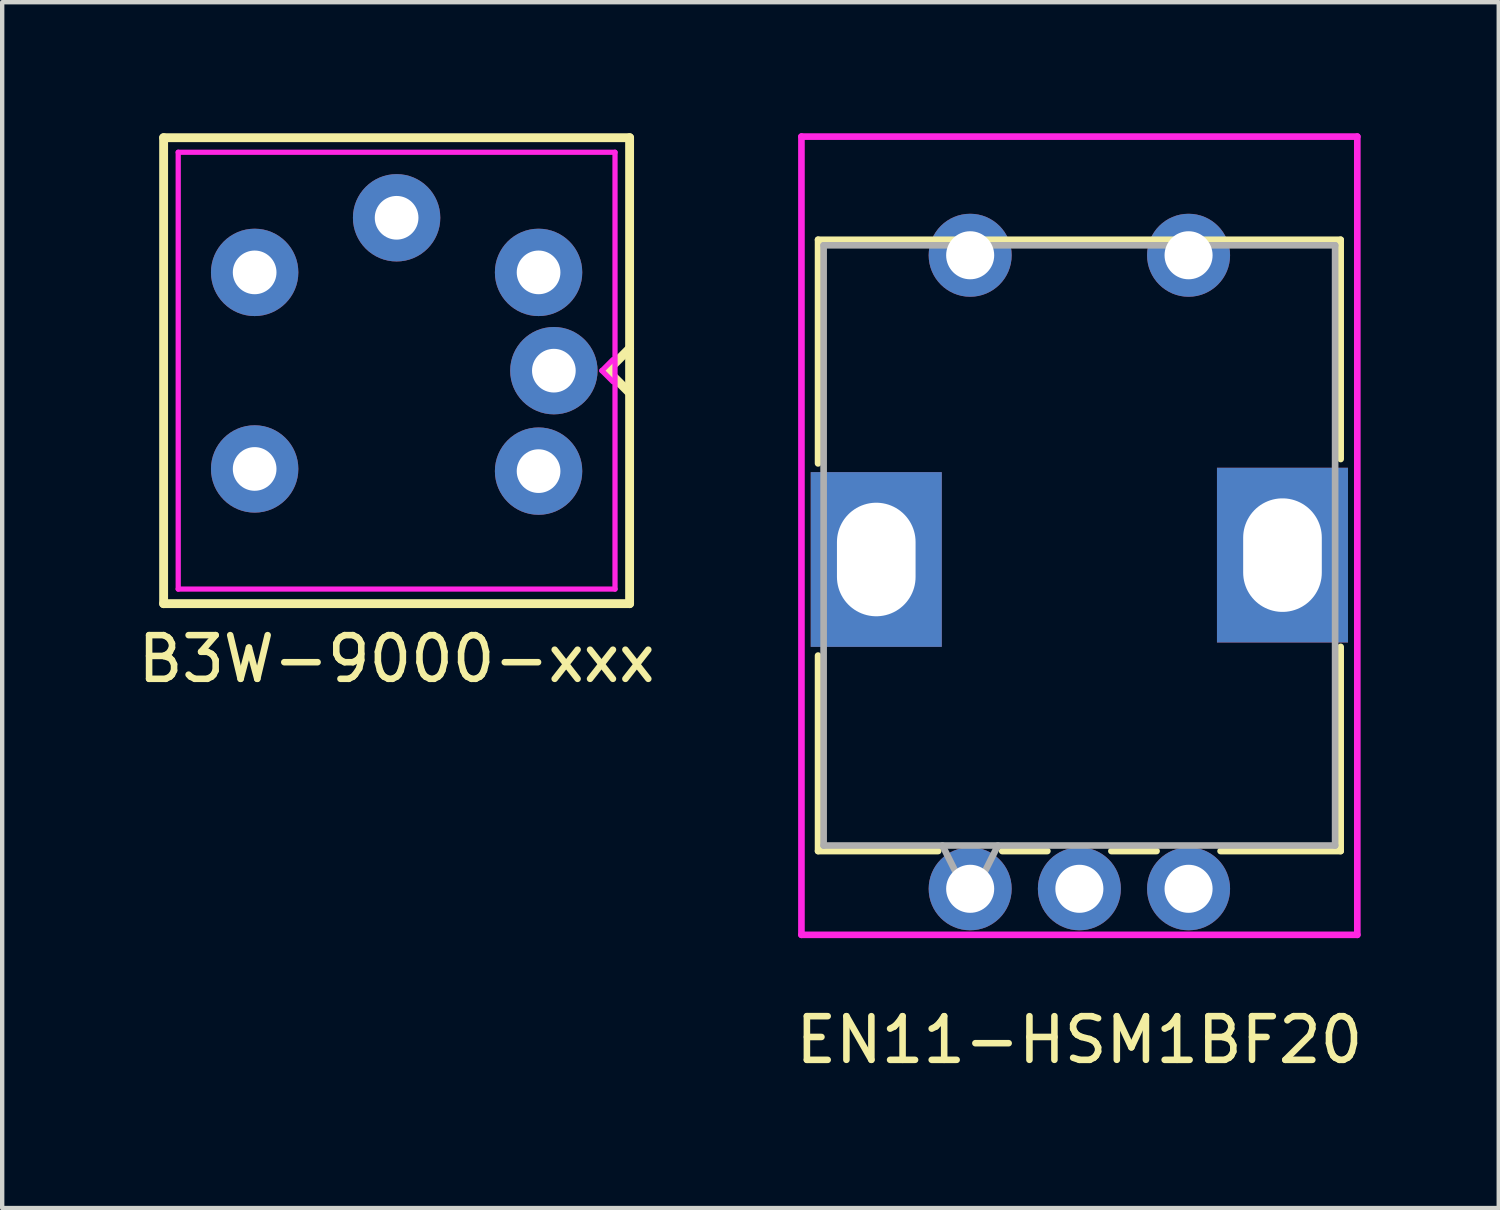
<source format=kicad_pcb>
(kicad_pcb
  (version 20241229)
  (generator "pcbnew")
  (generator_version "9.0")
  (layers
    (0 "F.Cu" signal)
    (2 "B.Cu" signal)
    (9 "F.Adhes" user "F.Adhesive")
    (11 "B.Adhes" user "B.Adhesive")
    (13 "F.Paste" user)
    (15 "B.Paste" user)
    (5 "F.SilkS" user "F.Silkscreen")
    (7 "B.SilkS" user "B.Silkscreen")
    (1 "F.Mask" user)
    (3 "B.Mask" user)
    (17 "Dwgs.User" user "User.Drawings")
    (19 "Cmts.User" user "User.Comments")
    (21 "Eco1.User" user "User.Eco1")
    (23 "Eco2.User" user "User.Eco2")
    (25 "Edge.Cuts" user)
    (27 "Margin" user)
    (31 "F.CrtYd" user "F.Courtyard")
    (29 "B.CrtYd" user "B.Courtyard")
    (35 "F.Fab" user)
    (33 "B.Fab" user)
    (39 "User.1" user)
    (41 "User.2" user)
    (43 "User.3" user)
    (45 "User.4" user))
  (footprint "B3W-9000-xxx"
    (layer "F.Cu")
    (at 6.03 5.436)
    (property "Reference" "B3W-9000-xxx" (at 0 6.6 0) (layer "F.SilkS") (effects (font (size 1 1) (thickness 0.15))))
    (attr through_hole)
    (fp_line (start -5.334 -5.334) (end 5.334 -5.334) (stroke (width 0.203) (type solid)) (layer "F.SilkS"))
    (fp_line (start -5.334 5.334) (end -5.334 -5.334) (stroke (width 0.203) (type solid)) (layer "F.SilkS"))
    (fp_line (start 4.826 0) (end 5.334 0.508) (stroke (width 0.203) (type solid)) (layer "F.SilkS"))
    (fp_line (start 5.334 -5.334) (end 5.334 5.334) (stroke (width 0.203) (type solid)) (layer "F.SilkS"))
    (fp_line (start 5.334 -0.508) (end 4.826 0) (stroke (width 0.203) (type solid)) (layer "F.SilkS"))
    (fp_line (start 5.334 5.334) (end -5.334 5.334) (stroke (width 0.203) (type solid)) (layer "F.SilkS"))
    (fp_line (start -5 -5) (end -5 5) (stroke (width 0.12) (type solid)) (layer "F.CrtYd"))
    (fp_line (start -5 5) (end 5 5) (stroke (width 0.12) (type solid)) (layer "F.CrtYd"))
    (fp_line (start 4.699 0) (end 4.953 0.254) (stroke (width 0.12) (type solid)) (layer "F.CrtYd"))
    (fp_line (start 4.953 -0.254) (end 4.699 0) (stroke (width 0.12) (type solid)) (layer "F.CrtYd"))
    (fp_line (start 5 -5) (end -5 -5) (stroke (width 0.12) (type solid)) (layer "F.CrtYd"))
    (fp_line (start 5 5) (end 5 -5) (stroke (width 0.12) (type solid)) (layer "F.CrtYd"))
    (pad "1" thru_hole circle (at 3.25 2.3) (size 2 2) (drill 1) (layers "*.Cu" "*.Mask"))
    (pad "2" thru_hole circle (at -3.25 2.25) (size 2 2) (drill 1) (layers "*.Cu" "*.Mask"))
    (pad "3" thru_hole circle (at 3.25 -2.25) (size 2 2) (drill 1) (layers "*.Cu" "*.Mask"))
    (pad "4" thru_hole circle (at -3.25 -2.25) (size 2 2) (drill 1) (layers "*.Cu" "*.Mask"))
    (pad "5" thru_hole circle (at 3.6 0) (size 2 2) (drill 1) (layers "*.Cu" "*.Mask"))
    (pad "6" thru_hole circle (at 0 -3.5) (size 2 2) (drill 1) (layers "*.Cu" "*.Mask")))
  (footprint "EN11-HSM1BF20"
    (layer "F.Cu")
    (at 21.761 9.759)
    (property "Reference" "EN11-HSM1BF20" (at -0.1 11 0) (layer "F.SilkS") (effects (font (size 1 1) (thickness 0.15))))
    (attr through_hole)
    (fp_line (start -6.082 -7.32) (end -6.082 -2.2) (stroke (width 0.152) (type solid)) (layer "F.SilkS"))
    (fp_line (start -6.082 2.2) (end -6.082 6.675) (stroke (width 0.152) (type solid)) (layer "F.SilkS"))
    (fp_line (start -6.082 6.675) (end -3.333 6.675) (stroke (width 0.152) (type solid)) (layer "F.SilkS"))
    (fp_line (start -1.867 6.675) (end -0.833 6.675) (stroke (width 0.152) (type solid)) (layer "F.SilkS"))
    (fp_line (start 0.633 6.675) (end 1.667 6.675) (stroke (width 0.152) (type solid)) (layer "F.SilkS"))
    (fp_line (start 3.133 6.675) (end 5.882 6.675) (stroke (width 0.152) (type solid)) (layer "F.SilkS"))
    (fp_line (start 5.882 -7.32) (end -6.082 -7.32) (stroke (width 0.152) (type solid)) (layer "F.SilkS"))
    (fp_line (start 5.882 -2.3) (end 5.882 -7.32) (stroke (width 0.152) (type solid)) (layer "F.SilkS"))
    (fp_line (start 5.882 6.675) (end 5.882 2) (stroke (width 0.152) (type solid)) (layer "F.SilkS"))
    (fp_line (start -6.463 -9.682) (end -6.463 8.593) (stroke (width 0.152) (type solid)) (layer "F.CrtYd"))
    (fp_line (start -6.463 8.593) (end 6.263 8.593) (stroke (width 0.152) (type solid)) (layer "F.CrtYd"))
    (fp_line (start 6.263 -9.682) (end -6.463 -9.682) (stroke (width 0.152) (type solid)) (layer "F.CrtYd"))
    (fp_line (start 6.263 8.593) (end 6.263 -9.682) (stroke (width 0.152) (type solid)) (layer "F.CrtYd"))
    (fp_line (start -5.955 -7.193) (end -5.955 6.548) (stroke (width 0.152) (type solid)) (layer "F.Fab"))
    (fp_line (start -5.955 6.548) (end 5.755 6.548) (stroke (width 0.152) (type solid)) (layer "F.Fab"))
    (fp_line (start -3.235 6.548) (end -2.6 7.818) (stroke (width 0.152) (type solid)) (layer "F.Fab"))
    (fp_line (start -1.965 6.548) (end -2.6 7.818) (stroke (width 0.152) (type solid)) (layer "F.Fab"))
    (fp_line (start 5.755 -7.193) (end -5.955 -7.193) (stroke (width 0.152) (type solid)) (layer "F.Fab"))
    (fp_line (start 5.755 6.548) (end 5.755 -7.193) (stroke (width 0.152) (type solid)) (layer "F.Fab"))
    (pad "" thru_hole rect (at -4.75 0) (size 3 4) (drill oval 1.8 2.6) (layers "*.Cu" "*.Mask"))
    (pad "" thru_hole rect (at 4.55 -0.1) (size 3 4) (drill oval 1.8 2.6) (layers "*.Cu" "*.Mask"))
    (pad "A" thru_hole circle (at -2.6 7.539) (size 1.9 1.9) (drill 1.1) (layers "*.Cu" "*.Mask"))
    (pad "B" thru_hole circle (at 2.4 7.539) (size 1.9 1.9) (drill 1.1) (layers "*.Cu" "*.Mask"))
    (pad "C" thru_hole circle (at -0.1 7.539) (size 1.9 1.9) (drill 1.1) (layers "*.Cu" "*.Mask"))
    (pad "S1" thru_hole circle (at -2.6 -6.965) (size 1.9 1.9) (drill 1.1) (layers "*.Cu" "*.Mask"))
    (pad "S2" thru_hole circle (at 2.4 -6.965) (size 1.9 1.9) (drill 1.1) (layers "*.Cu" "*.Mask")))
  (gr_rect
    (start -3 -3)
    (end 31.262 24.607)
    (stroke (width 0.1) (type default))
    (fill no)
    (layer "Edge.Cuts")))
</source>
